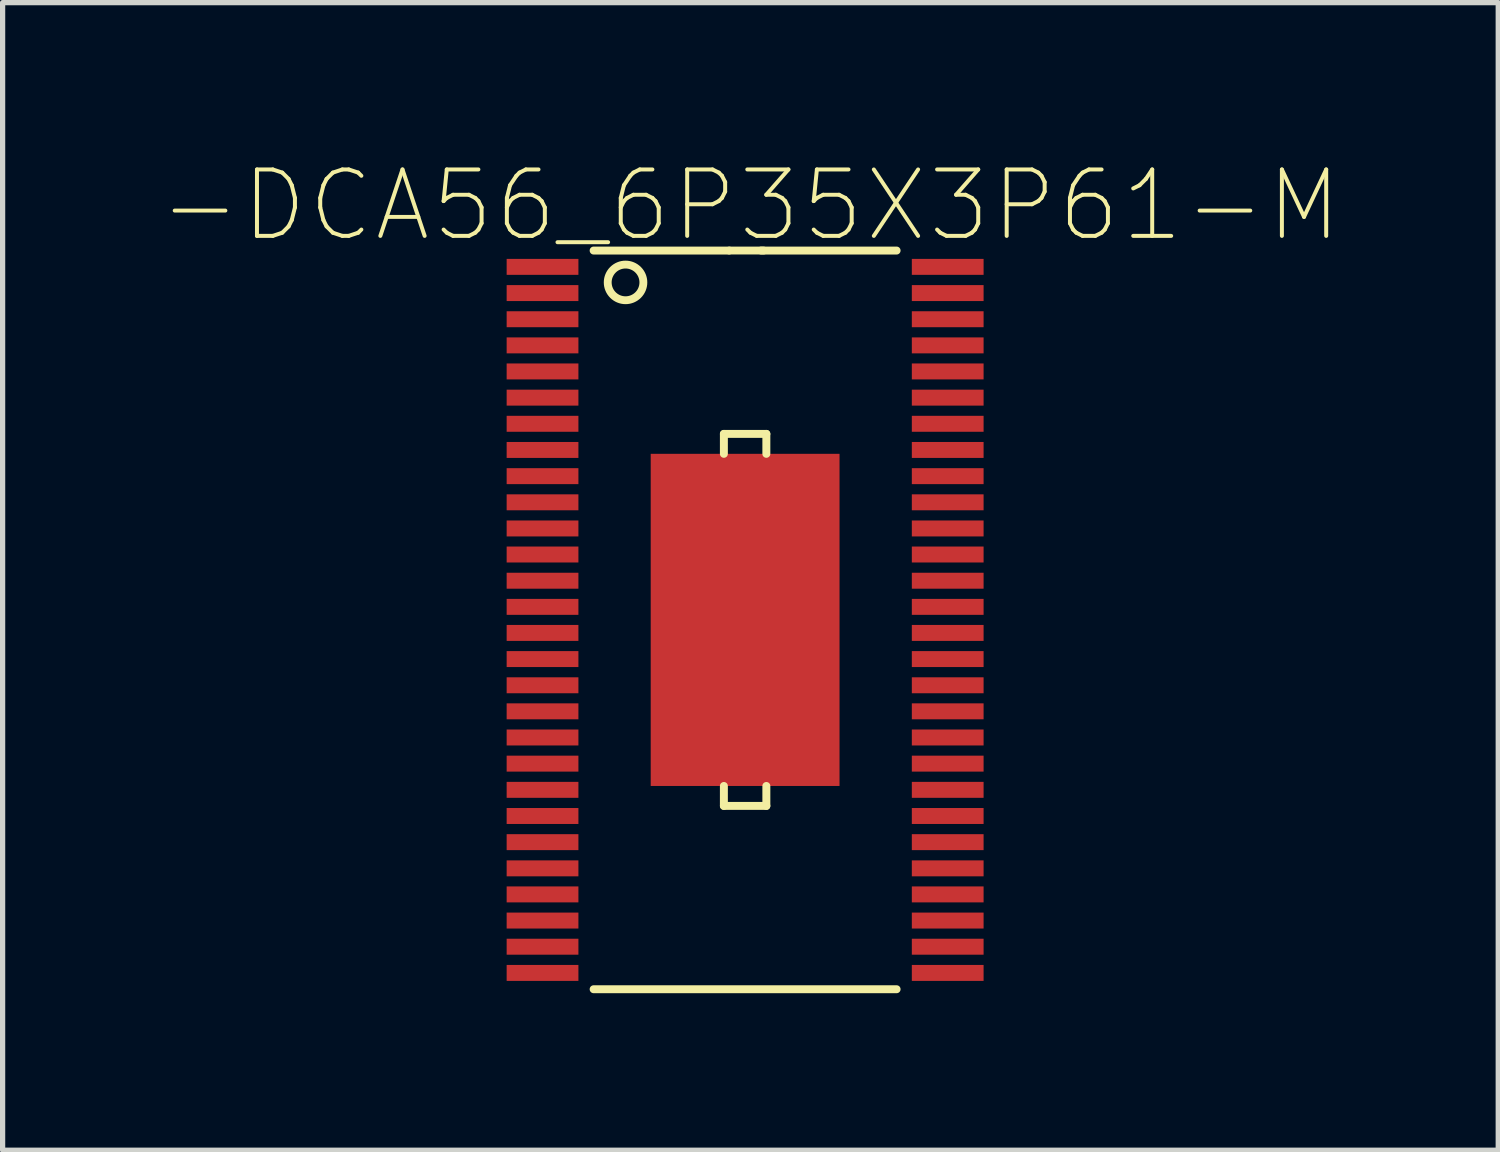
<source format=kicad_pcb>
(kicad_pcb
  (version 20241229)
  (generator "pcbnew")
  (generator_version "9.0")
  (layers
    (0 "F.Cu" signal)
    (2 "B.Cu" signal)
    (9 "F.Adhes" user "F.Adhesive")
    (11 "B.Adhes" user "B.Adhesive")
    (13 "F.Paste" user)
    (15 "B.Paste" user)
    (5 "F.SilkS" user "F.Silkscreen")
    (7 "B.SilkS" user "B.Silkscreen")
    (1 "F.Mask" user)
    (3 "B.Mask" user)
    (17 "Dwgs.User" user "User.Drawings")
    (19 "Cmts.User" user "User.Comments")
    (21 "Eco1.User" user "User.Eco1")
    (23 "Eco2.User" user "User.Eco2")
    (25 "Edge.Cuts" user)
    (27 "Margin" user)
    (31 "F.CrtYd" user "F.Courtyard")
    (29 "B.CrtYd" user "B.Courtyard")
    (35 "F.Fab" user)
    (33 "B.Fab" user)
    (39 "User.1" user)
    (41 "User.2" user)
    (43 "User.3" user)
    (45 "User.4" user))
  (footprint "-DCA56_6P35X3P61-M"
    (layer "F.Cu")
    (at 11.195 8.801)
    (property "Reference" "-DCA56_6P35X3P61-M" (at 0.102 -7.925 0) (layer "F.SilkS") (effects (font (size 1.27 1.27) (thickness 0.076))))
    (attr smd)
    (fp_line (start -2.896 7.061) (end 2.896 7.061) (stroke (width 0.152) (type solid)) (layer "F.SilkS"))
    (fp_line (start -0.406 -3.556) (end 0.406 -3.556) (stroke (width 0.152) (type solid)) (layer "F.SilkS"))
    (fp_line (start -0.406 -3.175) (end -0.406 -3.556) (stroke (width 0.152) (type solid)) (layer "F.SilkS"))
    (fp_line (start -0.406 3.175) (end -0.406 3.556) (stroke (width 0.152) (type solid)) (layer "F.SilkS"))
    (fp_line (start -0.406 3.556) (end 0.406 3.556) (stroke (width 0.152) (type solid)) (layer "F.SilkS"))
    (fp_line (start -0.305 -7.061) (end -2.896 -7.061) (stroke (width 0.152) (type solid)) (layer "F.SilkS"))
    (fp_line (start -0.305 -7.061) (end 0.356 -7.061) (stroke (width 0.15) (type solid)) (layer "F.SilkS"))
    (fp_line (start 0.406 -3.556) (end 0.406 -3.175) (stroke (width 0.152) (type solid)) (layer "F.SilkS"))
    (fp_line (start 0.406 3.556) (end 0.406 3.175) (stroke (width 0.152) (type solid)) (layer "F.SilkS"))
    (fp_line (start 2.896 -7.061) (end 0.305 -7.061) (stroke (width 0.152) (type solid)) (layer "F.SilkS"))
    (fp_circle (center -2.286 -6.452) (end -2.134 -6.147) (stroke (width 0.15) (type solid)) (fill no) (layer "F.SilkS"))
    (pad "1" smd rect (at -3.873 -6.749) (size 1.372 0.305) (layers "F.Cu" "F.Mask" "F.Paste"))
    (pad "2" smd rect (at -3.873 -6.248) (size 1.372 0.305) (layers "F.Cu" "F.Mask" "F.Paste"))
    (pad "3" smd rect (at -3.873 -5.748) (size 1.372 0.305) (layers "F.Cu" "F.Mask" "F.Paste"))
    (pad "4" smd rect (at -3.873 -5.248) (size 1.372 0.305) (layers "F.Cu" "F.Mask" "F.Paste"))
    (pad "5" smd rect (at -3.873 -4.75) (size 1.372 0.305) (layers "F.Cu" "F.Mask" "F.Paste"))
    (pad "6" smd rect (at -3.873 -4.249) (size 1.372 0.305) (layers "F.Cu" "F.Mask" "F.Paste"))
    (pad "7" smd rect (at -3.873 -3.749) (size 1.372 0.305) (layers "F.Cu" "F.Mask" "F.Paste"))
    (pad "8" smd rect (at -3.873 -3.249) (size 1.372 0.305) (layers "F.Cu" "F.Mask" "F.Paste"))
    (pad "9" smd rect (at -3.873 -2.748) (size 1.372 0.305) (layers "F.Cu" "F.Mask" "F.Paste"))
    (pad "10" smd rect (at -3.873 -2.248) (size 1.372 0.305) (layers "F.Cu" "F.Mask" "F.Paste"))
    (pad "11" smd rect (at -3.873 -1.748) (size 1.372 0.305) (layers "F.Cu" "F.Mask" "F.Paste"))
    (pad "12" smd rect (at -3.873 -1.25) (size 1.372 0.305) (layers "F.Cu" "F.Mask" "F.Paste"))
    (pad "13" smd rect (at -3.873 -0.749) (size 1.372 0.305) (layers "F.Cu" "F.Mask" "F.Paste"))
    (pad "14" smd rect (at -3.873 -0.249) (size 1.372 0.305) (layers "F.Cu" "F.Mask" "F.Paste"))
    (pad "15" smd rect (at -3.873 0.249) (size 1.372 0.305) (layers "F.Cu" "F.Mask" "F.Paste"))
    (pad "16" smd rect (at -3.873 0.749) (size 1.372 0.305) (layers "F.Cu" "F.Mask" "F.Paste"))
    (pad "17" smd rect (at -3.873 1.25) (size 1.372 0.305) (layers "F.Cu" "F.Mask" "F.Paste"))
    (pad "18" smd rect (at -3.873 1.748) (size 1.372 0.305) (layers "F.Cu" "F.Mask" "F.Paste"))
    (pad "19" smd rect (at -3.873 2.248) (size 1.372 0.305) (layers "F.Cu" "F.Mask" "F.Paste"))
    (pad "20" smd rect (at -3.873 2.748) (size 1.372 0.305) (layers "F.Cu" "F.Mask" "F.Paste"))
    (pad "21" smd rect (at -3.873 3.249) (size 1.372 0.305) (layers "F.Cu" "F.Mask" "F.Paste"))
    (pad "22" smd rect (at -3.873 3.749) (size 1.372 0.305) (layers "F.Cu" "F.Mask" "F.Paste"))
    (pad "23" smd rect (at -3.873 4.249) (size 1.372 0.305) (layers "F.Cu" "F.Mask" "F.Paste"))
    (pad "24" smd rect (at -3.873 4.75) (size 1.372 0.305) (layers "F.Cu" "F.Mask" "F.Paste"))
    (pad "25" smd rect (at -3.873 5.248) (size 1.372 0.305) (layers "F.Cu" "F.Mask" "F.Paste"))
    (pad "26" smd rect (at -3.873 5.748) (size 1.372 0.305) (layers "F.Cu" "F.Mask" "F.Paste"))
    (pad "27" smd rect (at -3.873 6.248) (size 1.372 0.305) (layers "F.Cu" "F.Mask" "F.Paste"))
    (pad "28" smd rect (at -3.873 6.749) (size 1.372 0.305) (layers "F.Cu" "F.Mask" "F.Paste"))
    (pad "29" smd rect (at 3.873 6.749) (size 1.372 0.305) (layers "F.Cu" "F.Mask" "F.Paste"))
    (pad "30" smd rect (at 3.873 6.248) (size 1.372 0.305) (layers "F.Cu" "F.Mask" "F.Paste"))
    (pad "31" smd rect (at 3.873 5.748) (size 1.372 0.305) (layers "F.Cu" "F.Mask" "F.Paste"))
    (pad "32" smd rect (at 3.873 5.248) (size 1.372 0.305) (layers "F.Cu" "F.Mask" "F.Paste"))
    (pad "33" smd rect (at 3.873 4.75) (size 1.372 0.305) (layers "F.Cu" "F.Mask" "F.Paste"))
    (pad "34" smd rect (at 3.873 4.249) (size 1.372 0.305) (layers "F.Cu" "F.Mask" "F.Paste"))
    (pad "35" smd rect (at 3.873 3.749) (size 1.372 0.305) (layers "F.Cu" "F.Mask" "F.Paste"))
    (pad "36" smd rect (at 3.873 3.249) (size 1.372 0.305) (layers "F.Cu" "F.Mask" "F.Paste"))
    (pad "37" smd rect (at 3.873 2.748) (size 1.372 0.305) (layers "F.Cu" "F.Mask" "F.Paste"))
    (pad "38" smd rect (at 3.873 2.248) (size 1.372 0.305) (layers "F.Cu" "F.Mask" "F.Paste"))
    (pad "39" smd rect (at 3.873 1.748) (size 1.372 0.305) (layers "F.Cu" "F.Mask" "F.Paste"))
    (pad "40" smd rect (at 3.873 1.25) (size 1.372 0.305) (layers "F.Cu" "F.Mask" "F.Paste"))
    (pad "41" smd rect (at 3.873 0.749) (size 1.372 0.305) (layers "F.Cu" "F.Mask" "F.Paste"))
    (pad "42" smd rect (at 3.873 0.249) (size 1.372 0.305) (layers "F.Cu" "F.Mask" "F.Paste"))
    (pad "43" smd rect (at 3.873 -0.249) (size 1.372 0.305) (layers "F.Cu" "F.Mask" "F.Paste"))
    (pad "44" smd rect (at 3.873 -0.749) (size 1.372 0.305) (layers "F.Cu" "F.Mask" "F.Paste"))
    (pad "45" smd rect (at 3.873 -1.25) (size 1.372 0.305) (layers "F.Cu" "F.Mask" "F.Paste"))
    (pad "46" smd rect (at 3.873 -1.748) (size 1.372 0.305) (layers "F.Cu" "F.Mask" "F.Paste"))
    (pad "47" smd rect (at 3.873 -2.248) (size 1.372 0.305) (layers "F.Cu" "F.Mask" "F.Paste"))
    (pad "48" smd rect (at 3.873 -2.748) (size 1.372 0.305) (layers "F.Cu" "F.Mask" "F.Paste"))
    (pad "49" smd rect (at 3.873 -3.249) (size 1.372 0.305) (layers "F.Cu" "F.Mask" "F.Paste"))
    (pad "50" smd rect (at 3.873 -3.749) (size 1.372 0.305) (layers "F.Cu" "F.Mask" "F.Paste"))
    (pad "51" smd rect (at 3.873 -4.249) (size 1.372 0.305) (layers "F.Cu" "F.Mask" "F.Paste"))
    (pad "52" smd rect (at 3.873 -4.75) (size 1.372 0.305) (layers "F.Cu" "F.Mask" "F.Paste"))
    (pad "53" smd rect (at 3.873 -5.248) (size 1.372 0.305) (layers "F.Cu" "F.Mask" "F.Paste"))
    (pad "54" smd rect (at 3.873 -5.748) (size 1.372 0.305) (layers "F.Cu" "F.Mask" "F.Paste"))
    (pad "55" smd rect (at 3.873 -6.248) (size 1.372 0.305) (layers "F.Cu" "F.Mask" "F.Paste"))
    (pad "56" smd rect (at 3.873 -6.749) (size 1.372 0.305) (layers "F.Cu" "F.Mask" "F.Paste"))
    (pad "57" smd rect (at 0 0) (size 3.61 6.35) (layers "F.Cu" "F.Mask" "F.Paste")))
  (gr_rect
    (start -3 -3)
    (end 25.593 18.939)
    (stroke (width 0.1) (type default))
    (fill no)
    (layer "Edge.Cuts")))
</source>
